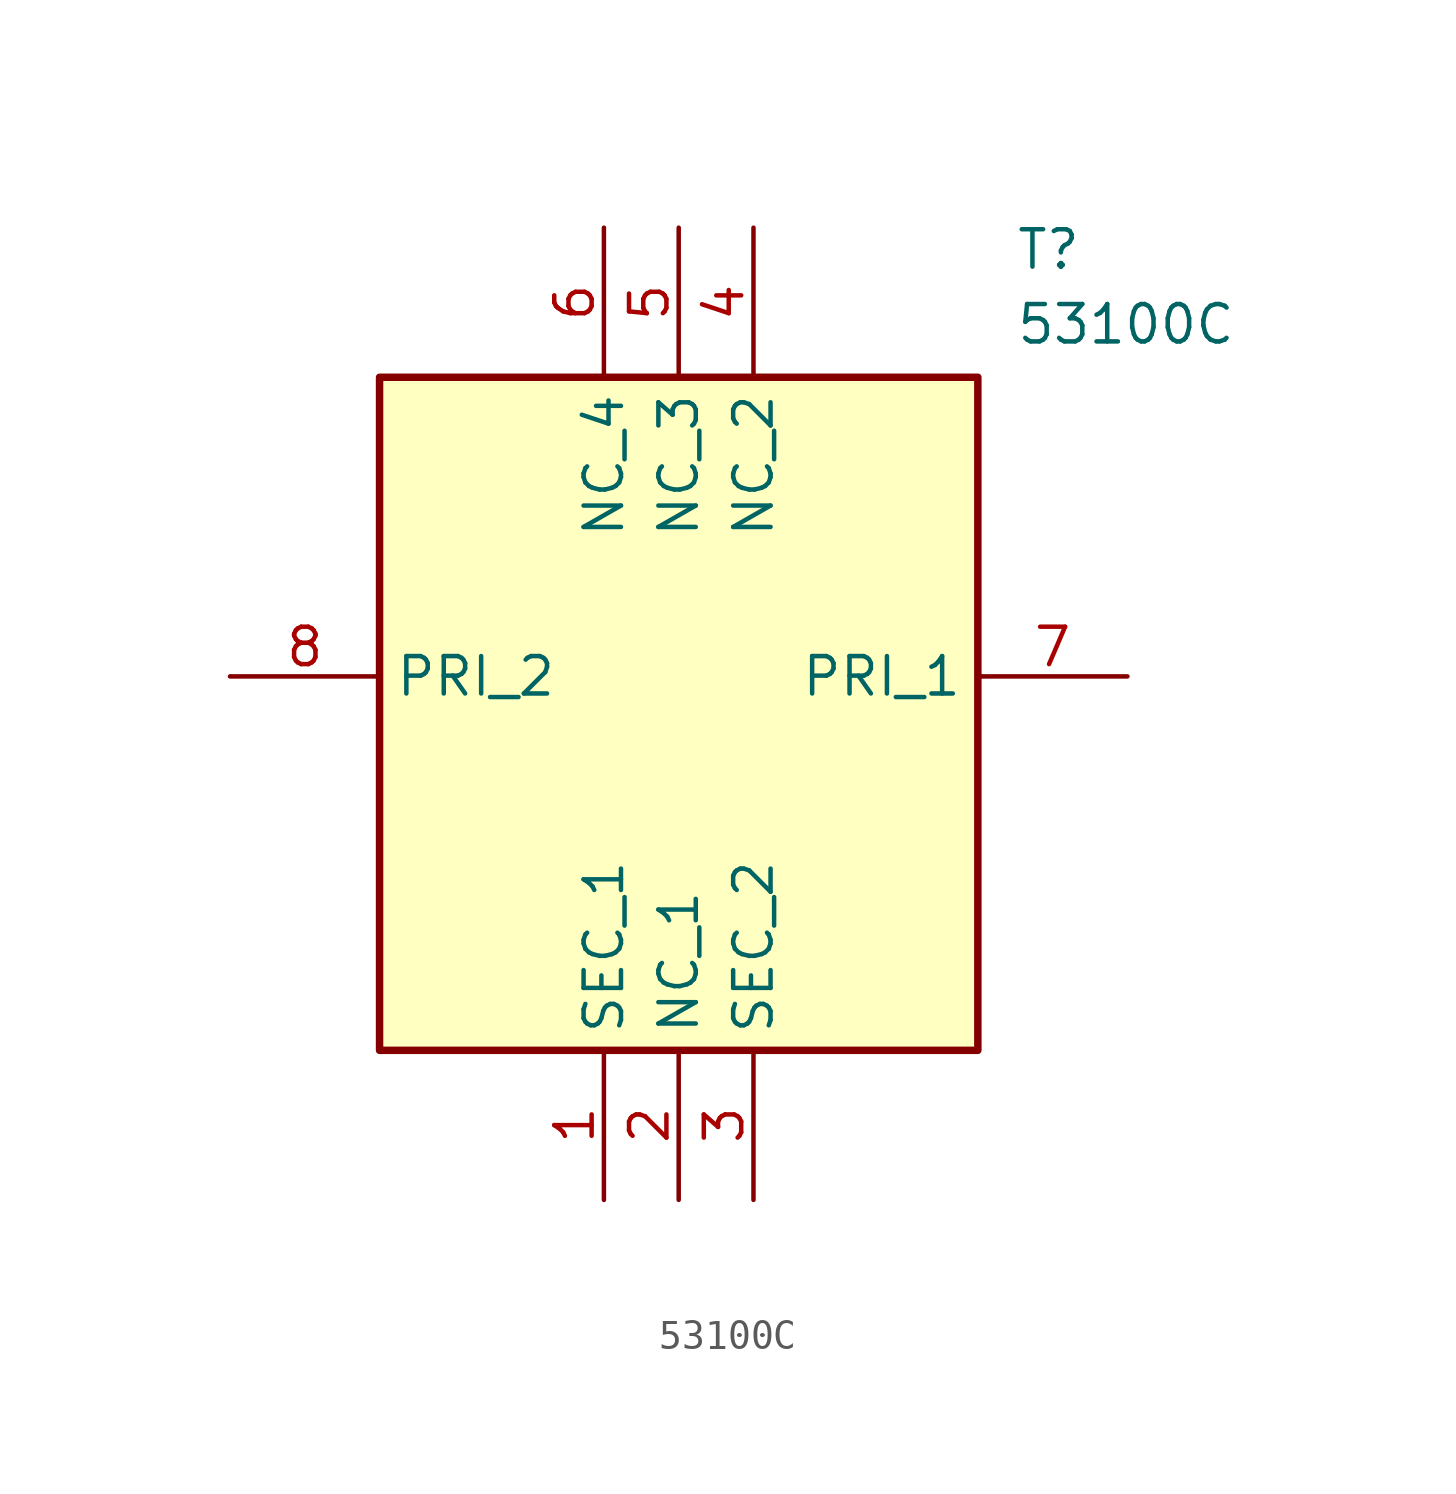
<source format=kicad_sym>
(kicad_symbol_lib
  (version 20211014)
  (generator SamacSys_ECAD_Model)
  (symbol "53100C"
    (property "Reference" "T"
      (at 26.67 15.24 0)
      (effects (font (size 1.27 1.27)) (justify left top)))
    (property "Value" "53100C"
      (at 26.67 12.7 0)
      (effects (font (size 1.27 1.27)) (justify left top)))
    (rectangle
      (start 5.08 10.16)
      (end 25.4 -12.7)
      (stroke (width 0.254) (type default))
      (fill (type background)))
    (pin passive line
      (at 12.7 -17.78 90)
      (length 5.08)
      (name "SEC_1" (effects (font (size 1.27 1.27))))
      (number "1" (effects (font (size 1.27 1.27)))))
    (pin passive line
      (at 15.24 -17.78 90)
      (length 5.08)
      (name "NC_1" (effects (font (size 1.27 1.27))))
      (number "2" (effects (font (size 1.27 1.27)))))
    (pin passive line
      (at 17.78 -17.78 90)
      (length 5.08)
      (name "SEC_2" (effects (font (size 1.27 1.27))))
      (number "3" (effects (font (size 1.27 1.27)))))
    (pin passive line
      (at 17.78 15.24 270)
      (length 5.08)
      (name "NC_2" (effects (font (size 1.27 1.27))))
      (number "4" (effects (font (size 1.27 1.27)))))
    (pin passive line
      (at 15.24 15.24 270)
      (length 5.08)
      (name "NC_3" (effects (font (size 1.27 1.27))))
      (number "5" (effects (font (size 1.27 1.27)))))
    (pin passive line
      (at 12.7 15.24 270)
      (length 5.08)
      (name "NC_4" (effects (font (size 1.27 1.27))))
      (number "6" (effects (font (size 1.27 1.27)))))
    (pin passive line
      (at 30.48 0 180)
      (length 5.08)
      (name "PRI_1" (effects (font (size 1.27 1.27))))
      (number "7" (effects (font (size 1.27 1.27)))))
    (pin passive line
      (at 0 0 0)
      (length 5.08)
      (name "PRI_2" (effects (font (size 1.27 1.27))))
      (number "8" (effects (font (size 1.27 1.27)))))))
</source>
